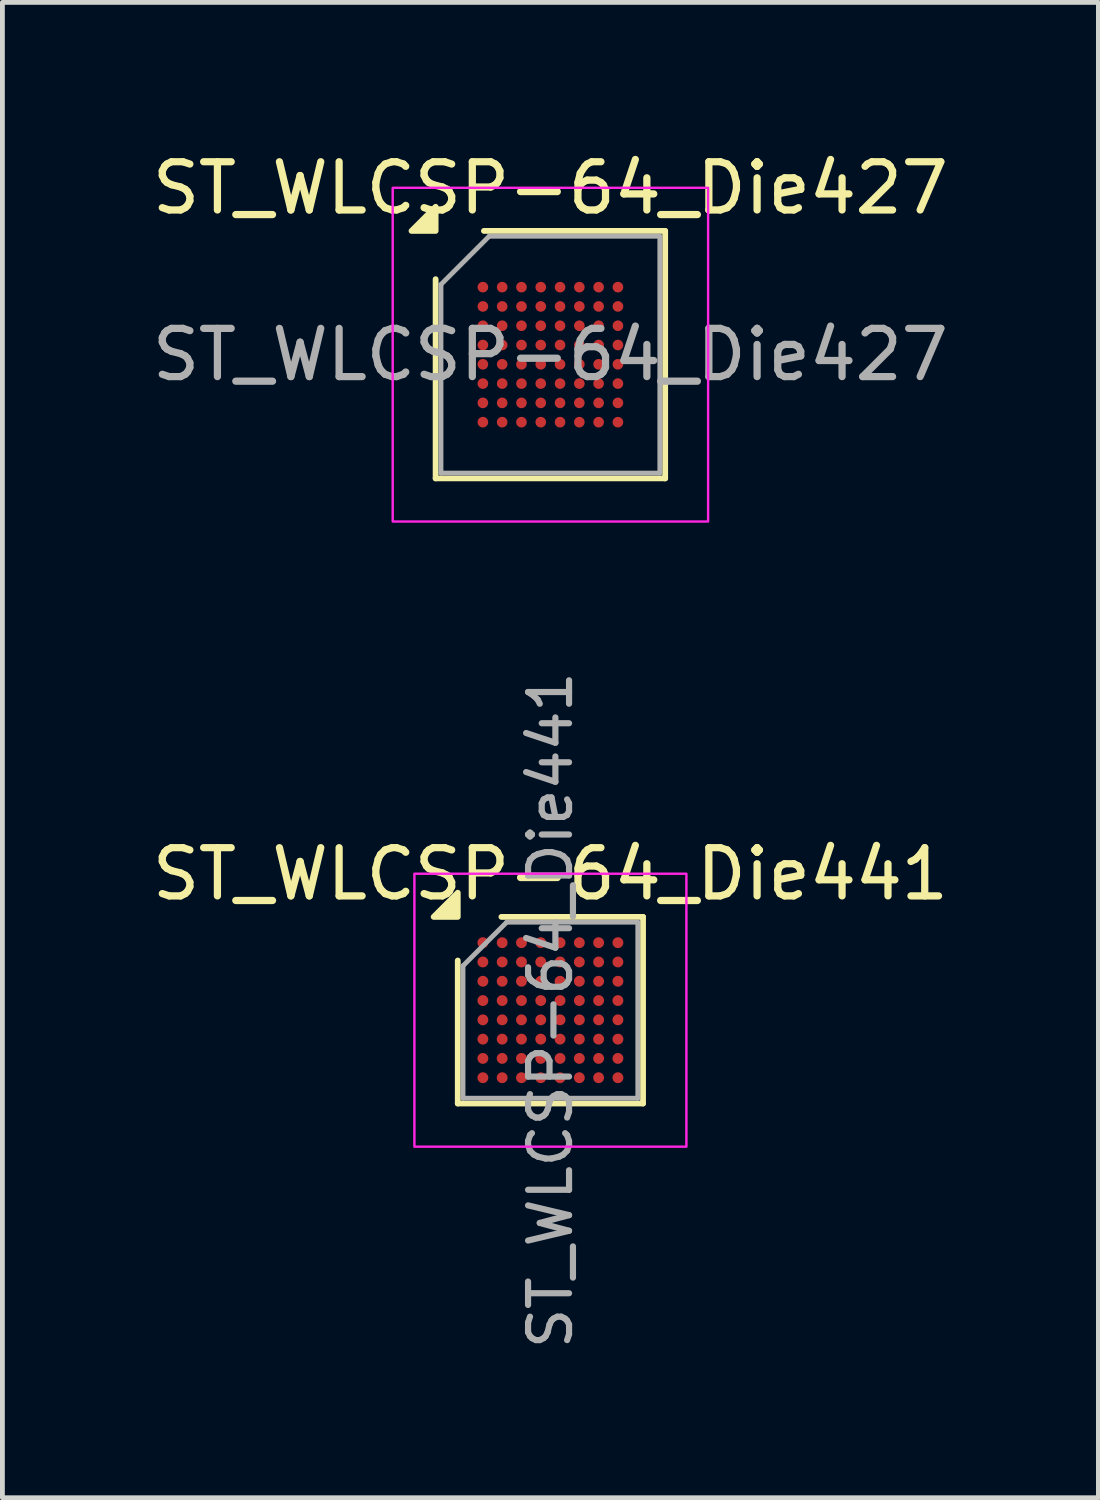
<source format=kicad_pcb>
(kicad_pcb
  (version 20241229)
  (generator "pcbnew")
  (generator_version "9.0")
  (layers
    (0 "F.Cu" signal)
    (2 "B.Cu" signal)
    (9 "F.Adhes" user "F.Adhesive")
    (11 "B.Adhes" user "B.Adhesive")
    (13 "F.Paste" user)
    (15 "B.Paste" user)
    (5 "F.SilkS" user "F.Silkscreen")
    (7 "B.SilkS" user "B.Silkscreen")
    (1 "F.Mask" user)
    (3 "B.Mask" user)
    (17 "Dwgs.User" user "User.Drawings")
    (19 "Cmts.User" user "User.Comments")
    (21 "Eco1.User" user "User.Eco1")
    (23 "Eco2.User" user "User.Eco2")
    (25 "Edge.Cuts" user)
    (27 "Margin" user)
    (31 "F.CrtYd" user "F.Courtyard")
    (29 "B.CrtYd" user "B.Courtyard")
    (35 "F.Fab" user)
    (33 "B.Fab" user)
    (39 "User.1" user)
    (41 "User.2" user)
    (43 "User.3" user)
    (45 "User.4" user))
  (footprint "ST_WLCSP-64_Die441"
    (layer "F.Cu")
    (at 8.363 17.897)
    (property "Reference" "ST_WLCSP-64_Die441" (at 0 -2.825 0) (layer "F.SilkS") (effects (font (size 1 1) (thickness 0.15))))
    (attr smd)
    (fp_line (start -1.921 1.935) (end -1.921 -1.03) (stroke (width 0.12) (type solid)) (layer "F.SilkS"))
    (fp_line (start -1.016 -1.935) (end 1.921 -1.935) (stroke (width 0.12) (type solid)) (layer "F.SilkS"))
    (fp_line (start 1.921 -1.935) (end 1.921 1.935) (stroke (width 0.12) (type solid)) (layer "F.SilkS"))
    (fp_line (start 1.921 1.935) (end -1.921 1.935) (stroke (width 0.12) (type solid)) (layer "F.SilkS"))
    (fp_poly (pts (xy -1.921 -1.935) (xy -2.421 -1.935) (xy -1.921 -2.436)) (stroke (width 0.12) (type solid)) (fill yes) (layer "F.SilkS"))
    (fp_rect (start -2.82 -2.83) (end 2.82 2.83) (stroke (width 0.05) (type solid)) (fill no) (layer "F.CrtYd"))
    (fp_line (start -1.812 -0.92) (end -0.906 -1.825) (stroke (width 0.1) (type solid)) (layer "F.Fab"))
    (fp_line (start -1.812 1.825) (end -1.812 -0.92) (stroke (width 0.1) (type solid)) (layer "F.Fab"))
    (fp_line (start -0.906 -1.825) (end 1.812 -1.825) (stroke (width 0.1) (type solid)) (layer "F.Fab"))
    (fp_line (start 1.812 -1.825) (end 1.812 1.825) (stroke (width 0.1) (type solid)) (layer "F.Fab"))
    (fp_line (start 1.812 1.825) (end -1.812 1.825) (stroke (width 0.1) (type solid)) (layer "F.Fab"))
    (fp_text user "${REFERENCE}" (at 0 0 270) (layer "F.Fab") (effects (font (size 0.85 0.85) (thickness 0.128))))
    (pad "A1" smd circle (at -1.4 -1.4) (size 0.225 0.225) (property pad_prop_bga) (layers "F.Cu" "F.Mask" "F.Paste"))
    (pad "A2" smd circle (at -1 -1.4) (size 0.225 0.225) (property pad_prop_bga) (layers "F.Cu" "F.Mask" "F.Paste"))
    (pad "A3" smd circle (at -0.6 -1.4) (size 0.225 0.225) (property pad_prop_bga) (layers "F.Cu" "F.Mask" "F.Paste"))
    (pad "A4" smd circle (at -0.2 -1.4) (size 0.225 0.225) (property pad_prop_bga) (layers "F.Cu" "F.Mask" "F.Paste"))
    (pad "A5" smd circle (at 0.2 -1.4) (size 0.225 0.225) (property pad_prop_bga) (layers "F.Cu" "F.Mask" "F.Paste"))
    (pad "A6" smd circle (at 0.6 -1.4) (size 0.225 0.225) (property pad_prop_bga) (layers "F.Cu" "F.Mask" "F.Paste"))
    (pad "A7" smd circle (at 1 -1.4) (size 0.225 0.225) (property pad_prop_bga) (layers "F.Cu" "F.Mask" "F.Paste"))
    (pad "A8" smd circle (at 1.4 -1.4) (size 0.225 0.225) (property pad_prop_bga) (layers "F.Cu" "F.Mask" "F.Paste"))
    (pad "B1" smd circle (at -1.4 -1) (size 0.225 0.225) (property pad_prop_bga) (layers "F.Cu" "F.Mask" "F.Paste"))
    (pad "B2" smd circle (at -1 -1) (size 0.225 0.225) (property pad_prop_bga) (layers "F.Cu" "F.Mask" "F.Paste"))
    (pad "B3" smd circle (at -0.6 -1) (size 0.225 0.225) (property pad_prop_bga) (layers "F.Cu" "F.Mask" "F.Paste"))
    (pad "B4" smd circle (at -0.2 -1) (size 0.225 0.225) (property pad_prop_bga) (layers "F.Cu" "F.Mask" "F.Paste"))
    (pad "B5" smd circle (at 0.2 -1) (size 0.225 0.225) (property pad_prop_bga) (layers "F.Cu" "F.Mask" "F.Paste"))
    (pad "B6" smd circle (at 0.6 -1) (size 0.225 0.225) (property pad_prop_bga) (layers "F.Cu" "F.Mask" "F.Paste"))
    (pad "B7" smd circle (at 1 -1) (size 0.225 0.225) (property pad_prop_bga) (layers "F.Cu" "F.Mask" "F.Paste"))
    (pad "B8" smd circle (at 1.4 -1) (size 0.225 0.225) (property pad_prop_bga) (layers "F.Cu" "F.Mask" "F.Paste"))
    (pad "C1" smd circle (at -1.4 -0.6) (size 0.225 0.225) (property pad_prop_bga) (layers "F.Cu" "F.Mask" "F.Paste"))
    (pad "C2" smd circle (at -1 -0.6) (size 0.225 0.225) (property pad_prop_bga) (layers "F.Cu" "F.Mask" "F.Paste"))
    (pad "C3" smd circle (at -0.6 -0.6) (size 0.225 0.225) (property pad_prop_bga) (layers "F.Cu" "F.Mask" "F.Paste"))
    (pad "C4" smd circle (at -0.2 -0.6) (size 0.225 0.225) (property pad_prop_bga) (layers "F.Cu" "F.Mask" "F.Paste"))
    (pad "C5" smd circle (at 0.2 -0.6) (size 0.225 0.225) (property pad_prop_bga) (layers "F.Cu" "F.Mask" "F.Paste"))
    (pad "C6" smd circle (at 0.6 -0.6) (size 0.225 0.225) (property pad_prop_bga) (layers "F.Cu" "F.Mask" "F.Paste"))
    (pad "C7" smd circle (at 1 -0.6) (size 0.225 0.225) (property pad_prop_bga) (layers "F.Cu" "F.Mask" "F.Paste"))
    (pad "C8" smd circle (at 1.4 -0.6) (size 0.225 0.225) (property pad_prop_bga) (layers "F.Cu" "F.Mask" "F.Paste"))
    (pad "D1" smd circle (at -1.4 -0.2) (size 0.225 0.225) (property pad_prop_bga) (layers "F.Cu" "F.Mask" "F.Paste"))
    (pad "D2" smd circle (at -1 -0.2) (size 0.225 0.225) (property pad_prop_bga) (layers "F.Cu" "F.Mask" "F.Paste"))
    (pad "D3" smd circle (at -0.6 -0.2) (size 0.225 0.225) (property pad_prop_bga) (layers "F.Cu" "F.Mask" "F.Paste"))
    (pad "D4" smd circle (at -0.2 -0.2) (size 0.225 0.225) (property pad_prop_bga) (layers "F.Cu" "F.Mask" "F.Paste"))
    (pad "D5" smd circle (at 0.2 -0.2) (size 0.225 0.225) (property pad_prop_bga) (layers "F.Cu" "F.Mask" "F.Paste"))
    (pad "D6" smd circle (at 0.6 -0.2) (size 0.225 0.225) (property pad_prop_bga) (layers "F.Cu" "F.Mask" "F.Paste"))
    (pad "D7" smd circle (at 1 -0.2) (size 0.225 0.225) (property pad_prop_bga) (layers "F.Cu" "F.Mask" "F.Paste"))
    (pad "D8" smd circle (at 1.4 -0.2) (size 0.225 0.225) (property pad_prop_bga) (layers "F.Cu" "F.Mask" "F.Paste"))
    (pad "E1" smd circle (at -1.4 0.2) (size 0.225 0.225) (property pad_prop_bga) (layers "F.Cu" "F.Mask" "F.Paste"))
    (pad "E2" smd circle (at -1 0.2) (size 0.225 0.225) (property pad_prop_bga) (layers "F.Cu" "F.Mask" "F.Paste"))
    (pad "E3" smd circle (at -0.6 0.2) (size 0.225 0.225) (property pad_prop_bga) (layers "F.Cu" "F.Mask" "F.Paste"))
    (pad "E4" smd circle (at -0.2 0.2) (size 0.225 0.225) (property pad_prop_bga) (layers "F.Cu" "F.Mask" "F.Paste"))
    (pad "E5" smd circle (at 0.2 0.2) (size 0.225 0.225) (property pad_prop_bga) (layers "F.Cu" "F.Mask" "F.Paste"))
    (pad "E6" smd circle (at 0.6 0.2) (size 0.225 0.225) (property pad_prop_bga) (layers "F.Cu" "F.Mask" "F.Paste"))
    (pad "E7" smd circle (at 1 0.2) (size 0.225 0.225) (property pad_prop_bga) (layers "F.Cu" "F.Mask" "F.Paste"))
    (pad "E8" smd circle (at 1.4 0.2) (size 0.225 0.225) (property pad_prop_bga) (layers "F.Cu" "F.Mask" "F.Paste"))
    (pad "F1" smd circle (at -1.4 0.6) (size 0.225 0.225) (property pad_prop_bga) (layers "F.Cu" "F.Mask" "F.Paste"))
    (pad "F2" smd circle (at -1 0.6) (size 0.225 0.225) (property pad_prop_bga) (layers "F.Cu" "F.Mask" "F.Paste"))
    (pad "F3" smd circle (at -0.6 0.6) (size 0.225 0.225) (property pad_prop_bga) (layers "F.Cu" "F.Mask" "F.Paste"))
    (pad "F4" smd circle (at -0.2 0.6) (size 0.225 0.225) (property pad_prop_bga) (layers "F.Cu" "F.Mask" "F.Paste"))
    (pad "F5" smd circle (at 0.2 0.6) (size 0.225 0.225) (property pad_prop_bga) (layers "F.Cu" "F.Mask" "F.Paste"))
    (pad "F6" smd circle (at 0.6 0.6) (size 0.225 0.225) (property pad_prop_bga) (layers "F.Cu" "F.Mask" "F.Paste"))
    (pad "F7" smd circle (at 1 0.6) (size 0.225 0.225) (property pad_prop_bga) (layers "F.Cu" "F.Mask" "F.Paste"))
    (pad "F8" smd circle (at 1.4 0.6) (size 0.225 0.225) (property pad_prop_bga) (layers "F.Cu" "F.Mask" "F.Paste"))
    (pad "G1" smd circle (at -1.4 1) (size 0.225 0.225) (property pad_prop_bga) (layers "F.Cu" "F.Mask" "F.Paste"))
    (pad "G2" smd circle (at -1 1) (size 0.225 0.225) (property pad_prop_bga) (layers "F.Cu" "F.Mask" "F.Paste"))
    (pad "G3" smd circle (at -0.6 1) (size 0.225 0.225) (property pad_prop_bga) (layers "F.Cu" "F.Mask" "F.Paste"))
    (pad "G4" smd circle (at -0.2 1) (size 0.225 0.225) (property pad_prop_bga) (layers "F.Cu" "F.Mask" "F.Paste"))
    (pad "G5" smd circle (at 0.2 1) (size 0.225 0.225) (property pad_prop_bga) (layers "F.Cu" "F.Mask" "F.Paste"))
    (pad "G6" smd circle (at 0.6 1) (size 0.225 0.225) (property pad_prop_bga) (layers "F.Cu" "F.Mask" "F.Paste"))
    (pad "G7" smd circle (at 1 1) (size 0.225 0.225) (property pad_prop_bga) (layers "F.Cu" "F.Mask" "F.Paste"))
    (pad "G8" smd circle (at 1.4 1) (size 0.225 0.225) (property pad_prop_bga) (layers "F.Cu" "F.Mask" "F.Paste"))
    (pad "H1" smd circle (at -1.4 1.4) (size 0.225 0.225) (property pad_prop_bga) (layers "F.Cu" "F.Mask" "F.Paste"))
    (pad "H2" smd circle (at -1 1.4) (size 0.225 0.225) (property pad_prop_bga) (layers "F.Cu" "F.Mask" "F.Paste"))
    (pad "H3" smd circle (at -0.6 1.4) (size 0.225 0.225) (property pad_prop_bga) (layers "F.Cu" "F.Mask" "F.Paste"))
    (pad "H4" smd circle (at -0.2 1.4) (size 0.225 0.225) (property pad_prop_bga) (layers "F.Cu" "F.Mask" "F.Paste"))
    (pad "H5" smd circle (at 0.2 1.4) (size 0.225 0.225) (property pad_prop_bga) (layers "F.Cu" "F.Mask" "F.Paste"))
    (pad "H6" smd circle (at 0.6 1.4) (size 0.225 0.225) (property pad_prop_bga) (layers "F.Cu" "F.Mask" "F.Paste"))
    (pad "H7" smd circle (at 1 1.4) (size 0.225 0.225) (property pad_prop_bga) (layers "F.Cu" "F.Mask" "F.Paste"))
    (pad "H8" smd circle (at 1.4 1.4) (size 0.225 0.225) (property pad_prop_bga) (layers "F.Cu" "F.Mask" "F.Paste")))
  (footprint "ST_WLCSP-64_Die427"
    (layer "F.Cu")
    (at 8.363 4.304)
    (property "Reference" "ST_WLCSP-64_Die427" (at 0 -3.455 0) (layer "F.SilkS") (effects (font (size 1 1) (thickness 0.15))))
    (attr smd)
    (fp_line (start -2.38 2.566) (end -2.38 -1.565) (stroke (width 0.12) (type solid)) (layer "F.SilkS"))
    (fp_line (start -1.379 -2.566) (end 2.38 -2.566) (stroke (width 0.12) (type solid)) (layer "F.SilkS"))
    (fp_line (start 2.38 -2.566) (end 2.38 2.566) (stroke (width 0.12) (type solid)) (layer "F.SilkS"))
    (fp_line (start 2.38 2.566) (end -2.38 2.566) (stroke (width 0.12) (type solid)) (layer "F.SilkS"))
    (fp_poly (pts (xy -2.38 -2.566) (xy -2.88 -2.566) (xy -2.38 -3.066)) (stroke (width 0.12) (type solid)) (fill yes) (layer "F.SilkS"))
    (fp_rect (start -3.27 -3.46) (end 3.27 3.46) (stroke (width 0.05) (type solid)) (fill no) (layer "F.CrtYd"))
    (fp_line (start -2.269 -1.456) (end -1.27 -2.455) (stroke (width 0.1) (type solid)) (layer "F.Fab"))
    (fp_line (start -2.269 2.455) (end -2.269 -1.456) (stroke (width 0.1) (type solid)) (layer "F.Fab"))
    (fp_line (start -1.27 -2.455) (end 2.269 -2.455) (stroke (width 0.1) (type solid)) (layer "F.Fab"))
    (fp_line (start 2.269 -2.455) (end 2.269 2.455) (stroke (width 0.1) (type solid)) (layer "F.Fab"))
    (fp_line (start 2.269 2.455) (end -2.269 2.455) (stroke (width 0.1) (type solid)) (layer "F.Fab"))
    (fp_text user "${REFERENCE}" (at 0 0 0) (layer "F.Fab") (effects (font (size 1 1) (thickness 0.15))))
    (pad "A1" smd circle (at -1.4 -1.4) (size 0.22 0.22) (property pad_prop_bga) (layers "F.Cu" "F.Mask" "F.Paste"))
    (pad "A2" smd circle (at -1 -1.4) (size 0.22 0.22) (property pad_prop_bga) (layers "F.Cu" "F.Mask" "F.Paste"))
    (pad "A3" smd circle (at -0.6 -1.4) (size 0.22 0.22) (property pad_prop_bga) (layers "F.Cu" "F.Mask" "F.Paste"))
    (pad "A4" smd circle (at -0.2 -1.4) (size 0.22 0.22) (property pad_prop_bga) (layers "F.Cu" "F.Mask" "F.Paste"))
    (pad "A5" smd circle (at 0.2 -1.4) (size 0.22 0.22) (property pad_prop_bga) (layers "F.Cu" "F.Mask" "F.Paste"))
    (pad "A6" smd circle (at 0.6 -1.4) (size 0.22 0.22) (property pad_prop_bga) (layers "F.Cu" "F.Mask" "F.Paste"))
    (pad "A7" smd circle (at 1 -1.4) (size 0.22 0.22) (property pad_prop_bga) (layers "F.Cu" "F.Mask" "F.Paste"))
    (pad "A8" smd circle (at 1.4 -1.4) (size 0.22 0.22) (property pad_prop_bga) (layers "F.Cu" "F.Mask" "F.Paste"))
    (pad "B1" smd circle (at -1.4 -1) (size 0.22 0.22) (property pad_prop_bga) (layers "F.Cu" "F.Mask" "F.Paste"))
    (pad "B2" smd circle (at -1 -1) (size 0.22 0.22) (property pad_prop_bga) (layers "F.Cu" "F.Mask" "F.Paste"))
    (pad "B3" smd circle (at -0.6 -1) (size 0.22 0.22) (property pad_prop_bga) (layers "F.Cu" "F.Mask" "F.Paste"))
    (pad "B4" smd circle (at -0.2 -1) (size 0.22 0.22) (property pad_prop_bga) (layers "F.Cu" "F.Mask" "F.Paste"))
    (pad "B5" smd circle (at 0.2 -1) (size 0.22 0.22) (property pad_prop_bga) (layers "F.Cu" "F.Mask" "F.Paste"))
    (pad "B6" smd circle (at 0.6 -1) (size 0.22 0.22) (property pad_prop_bga) (layers "F.Cu" "F.Mask" "F.Paste"))
    (pad "B7" smd circle (at 1 -1) (size 0.22 0.22) (property pad_prop_bga) (layers "F.Cu" "F.Mask" "F.Paste"))
    (pad "B8" smd circle (at 1.4 -1) (size 0.22 0.22) (property pad_prop_bga) (layers "F.Cu" "F.Mask" "F.Paste"))
    (pad "C1" smd circle (at -1.4 -0.6) (size 0.22 0.22) (property pad_prop_bga) (layers "F.Cu" "F.Mask" "F.Paste"))
    (pad "C2" smd circle (at -1 -0.6) (size 0.22 0.22) (property pad_prop_bga) (layers "F.Cu" "F.Mask" "F.Paste"))
    (pad "C3" smd circle (at -0.6 -0.6) (size 0.22 0.22) (property pad_prop_bga) (layers "F.Cu" "F.Mask" "F.Paste"))
    (pad "C4" smd circle (at -0.2 -0.6) (size 0.22 0.22) (property pad_prop_bga) (layers "F.Cu" "F.Mask" "F.Paste"))
    (pad "C5" smd circle (at 0.2 -0.6) (size 0.22 0.22) (property pad_prop_bga) (layers "F.Cu" "F.Mask" "F.Paste"))
    (pad "C6" smd circle (at 0.6 -0.6) (size 0.22 0.22) (property pad_prop_bga) (layers "F.Cu" "F.Mask" "F.Paste"))
    (pad "C7" smd circle (at 1 -0.6) (size 0.22 0.22) (property pad_prop_bga) (layers "F.Cu" "F.Mask" "F.Paste"))
    (pad "C8" smd circle (at 1.4 -0.6) (size 0.22 0.22) (property pad_prop_bga) (layers "F.Cu" "F.Mask" "F.Paste"))
    (pad "D1" smd circle (at -1.4 -0.2) (size 0.22 0.22) (property pad_prop_bga) (layers "F.Cu" "F.Mask" "F.Paste"))
    (pad "D2" smd circle (at -1 -0.2) (size 0.22 0.22) (property pad_prop_bga) (layers "F.Cu" "F.Mask" "F.Paste"))
    (pad "D3" smd circle (at -0.6 -0.2) (size 0.22 0.22) (property pad_prop_bga) (layers "F.Cu" "F.Mask" "F.Paste"))
    (pad "D4" smd circle (at -0.2 -0.2) (size 0.22 0.22) (property pad_prop_bga) (layers "F.Cu" "F.Mask" "F.Paste"))
    (pad "D5" smd circle (at 0.2 -0.2) (size 0.22 0.22) (property pad_prop_bga) (layers "F.Cu" "F.Mask" "F.Paste"))
    (pad "D6" smd circle (at 0.6 -0.2) (size 0.22 0.22) (property pad_prop_bga) (layers "F.Cu" "F.Mask" "F.Paste"))
    (pad "D7" smd circle (at 1 -0.2) (size 0.22 0.22) (property pad_prop_bga) (layers "F.Cu" "F.Mask" "F.Paste"))
    (pad "D8" smd circle (at 1.4 -0.2) (size 0.22 0.22) (property pad_prop_bga) (layers "F.Cu" "F.Mask" "F.Paste"))
    (pad "E1" smd circle (at -1.4 0.2) (size 0.22 0.22) (property pad_prop_bga) (layers "F.Cu" "F.Mask" "F.Paste"))
    (pad "E2" smd circle (at -1 0.2) (size 0.22 0.22) (property pad_prop_bga) (layers "F.Cu" "F.Mask" "F.Paste"))
    (pad "E3" smd circle (at -0.6 0.2) (size 0.22 0.22) (property pad_prop_bga) (layers "F.Cu" "F.Mask" "F.Paste"))
    (pad "E4" smd circle (at -0.2 0.2) (size 0.22 0.22) (property pad_prop_bga) (layers "F.Cu" "F.Mask" "F.Paste"))
    (pad "E5" smd circle (at 0.2 0.2) (size 0.22 0.22) (property pad_prop_bga) (layers "F.Cu" "F.Mask" "F.Paste"))
    (pad "E6" smd circle (at 0.6 0.2) (size 0.22 0.22) (property pad_prop_bga) (layers "F.Cu" "F.Mask" "F.Paste"))
    (pad "E7" smd circle (at 1 0.2) (size 0.22 0.22) (property pad_prop_bga) (layers "F.Cu" "F.Mask" "F.Paste"))
    (pad "E8" smd circle (at 1.4 0.2) (size 0.22 0.22) (property pad_prop_bga) (layers "F.Cu" "F.Mask" "F.Paste"))
    (pad "F1" smd circle (at -1.4 0.6) (size 0.22 0.22) (property pad_prop_bga) (layers "F.Cu" "F.Mask" "F.Paste"))
    (pad "F2" smd circle (at -1 0.6) (size 0.22 0.22) (property pad_prop_bga) (layers "F.Cu" "F.Mask" "F.Paste"))
    (pad "F3" smd circle (at -0.6 0.6) (size 0.22 0.22) (property pad_prop_bga) (layers "F.Cu" "F.Mask" "F.Paste"))
    (pad "F4" smd circle (at -0.2 0.6) (size 0.22 0.22) (property pad_prop_bga) (layers "F.Cu" "F.Mask" "F.Paste"))
    (pad "F5" smd circle (at 0.2 0.6) (size 0.22 0.22) (property pad_prop_bga) (layers "F.Cu" "F.Mask" "F.Paste"))
    (pad "F6" smd circle (at 0.6 0.6) (size 0.22 0.22) (property pad_prop_bga) (layers "F.Cu" "F.Mask" "F.Paste"))
    (pad "F7" smd circle (at 1 0.6) (size 0.22 0.22) (property pad_prop_bga) (layers "F.Cu" "F.Mask" "F.Paste"))
    (pad "F8" smd circle (at 1.4 0.6) (size 0.22 0.22) (property pad_prop_bga) (layers "F.Cu" "F.Mask" "F.Paste"))
    (pad "G1" smd circle (at -1.4 1) (size 0.22 0.22) (property pad_prop_bga) (layers "F.Cu" "F.Mask" "F.Paste"))
    (pad "G2" smd circle (at -1 1) (size 0.22 0.22) (property pad_prop_bga) (layers "F.Cu" "F.Mask" "F.Paste"))
    (pad "G3" smd circle (at -0.6 1) (size 0.22 0.22) (property pad_prop_bga) (layers "F.Cu" "F.Mask" "F.Paste"))
    (pad "G4" smd circle (at -0.2 1) (size 0.22 0.22) (property pad_prop_bga) (layers "F.Cu" "F.Mask" "F.Paste"))
    (pad "G5" smd circle (at 0.2 1) (size 0.22 0.22) (property pad_prop_bga) (layers "F.Cu" "F.Mask" "F.Paste"))
    (pad "G6" smd circle (at 0.6 1) (size 0.22 0.22) (property pad_prop_bga) (layers "F.Cu" "F.Mask" "F.Paste"))
    (pad "G7" smd circle (at 1 1) (size 0.22 0.22) (property pad_prop_bga) (layers "F.Cu" "F.Mask" "F.Paste"))
    (pad "G8" smd circle (at 1.4 1) (size 0.22 0.22) (property pad_prop_bga) (layers "F.Cu" "F.Mask" "F.Paste"))
    (pad "H1" smd circle (at -1.4 1.4) (size 0.22 0.22) (property pad_prop_bga) (layers "F.Cu" "F.Mask" "F.Paste"))
    (pad "H2" smd circle (at -1 1.4) (size 0.22 0.22) (property pad_prop_bga) (layers "F.Cu" "F.Mask" "F.Paste"))
    (pad "H3" smd circle (at -0.6 1.4) (size 0.22 0.22) (property pad_prop_bga) (layers "F.Cu" "F.Mask" "F.Paste"))
    (pad "H4" smd circle (at -0.2 1.4) (size 0.22 0.22) (property pad_prop_bga) (layers "F.Cu" "F.Mask" "F.Paste"))
    (pad "H5" smd circle (at 0.2 1.4) (size 0.22 0.22) (property pad_prop_bga) (layers "F.Cu" "F.Mask" "F.Paste"))
    (pad "H6" smd circle (at 0.6 1.4) (size 0.22 0.22) (property pad_prop_bga) (layers "F.Cu" "F.Mask" "F.Paste"))
    (pad "H7" smd circle (at 1 1.4) (size 0.22 0.22) (property pad_prop_bga) (layers "F.Cu" "F.Mask" "F.Paste"))
    (pad "H8" smd circle (at 1.4 1.4) (size 0.22 0.22) (property pad_prop_bga) (layers "F.Cu" "F.Mask" "F.Paste")))
  (gr_rect
    (start -3 -3)
    (end 19.726 28.006)
    (stroke (width 0.1) (type default))
    (fill no)
    (layer "Edge.Cuts")))
</source>
